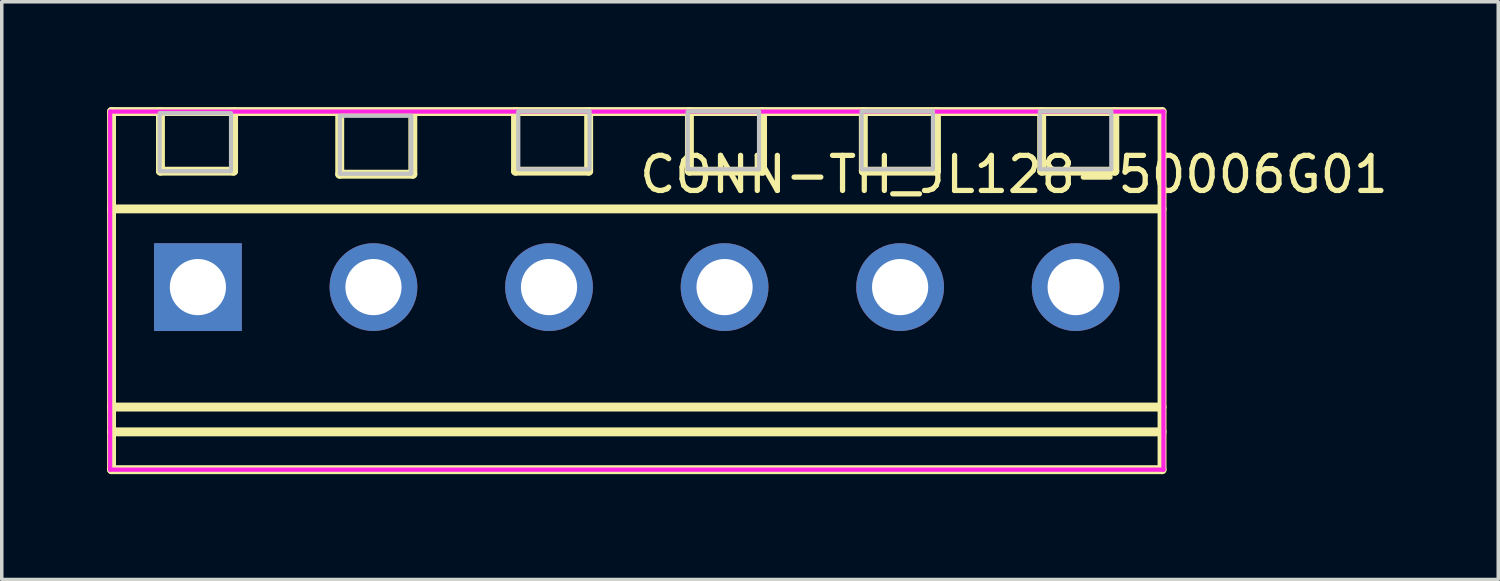
<source format=kicad_pcb>
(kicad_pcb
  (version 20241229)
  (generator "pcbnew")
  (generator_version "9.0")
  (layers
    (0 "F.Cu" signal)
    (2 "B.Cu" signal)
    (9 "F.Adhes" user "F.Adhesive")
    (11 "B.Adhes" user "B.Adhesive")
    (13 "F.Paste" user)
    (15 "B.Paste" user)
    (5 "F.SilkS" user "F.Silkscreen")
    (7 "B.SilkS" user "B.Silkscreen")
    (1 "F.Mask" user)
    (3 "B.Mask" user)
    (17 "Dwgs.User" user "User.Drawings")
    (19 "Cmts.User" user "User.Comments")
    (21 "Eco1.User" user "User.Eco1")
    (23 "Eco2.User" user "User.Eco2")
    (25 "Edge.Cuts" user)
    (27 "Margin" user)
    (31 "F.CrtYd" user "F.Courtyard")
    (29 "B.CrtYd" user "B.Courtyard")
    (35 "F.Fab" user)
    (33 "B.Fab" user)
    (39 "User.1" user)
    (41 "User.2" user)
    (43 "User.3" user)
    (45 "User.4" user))
  (footprint "CONN-TH_JL128-50006G01"
    (layer "F.Cu")
    (at 15.087 5.127)
    (property "Reference" "CONN-TH_JL128-50006G01" (at 0 -3.207 0) (layer "F.SilkS") (effects (font (size 1 1) (thickness 0.15)) (justify left)))
    (attr through_hole)
    (fp_line (start -14.96 -5) (end -14.96 5.2) (stroke (width 0.254) (type solid)) (layer "F.SilkS"))
    (fp_line (start -14.96 -5) (end 14.96 -5) (stroke (width 0.254) (type solid)) (layer "F.SilkS"))
    (fp_line (start -14.96 -2.227) (end 14.96 -2.227) (stroke (width 0.254) (type solid)) (layer "F.SilkS"))
    (fp_line (start -14.96 3.417) (end 14.96 3.417) (stroke (width 0.254) (type solid)) (layer "F.SilkS"))
    (fp_line (start -14.96 4.123) (end 14.96 4.123) (stroke (width 0.254) (type solid)) (layer "F.SilkS"))
    (fp_line (start -14.96 5.2) (end 14.96 5.2) (stroke (width 0.254) (type solid)) (layer "F.SilkS"))
    (fp_line (start -13.567 -5) (end -13.567 -3.302) (stroke (width 0.254) (type solid)) (layer "F.SilkS"))
    (fp_line (start -13.567 -3.302) (end -11.484 -3.302) (stroke (width 0.254) (type solid)) (layer "F.SilkS"))
    (fp_line (start -11.484 -3.302) (end -11.484 -5) (stroke (width 0.254) (type solid)) (layer "F.SilkS"))
    (fp_line (start -8.461 -4.913) (end -8.461 -3.215) (stroke (width 0.254) (type solid)) (layer "F.SilkS"))
    (fp_line (start -8.461 -3.215) (end -6.379 -3.215) (stroke (width 0.254) (type solid)) (layer "F.SilkS"))
    (fp_line (start -6.379 -3.215) (end -6.379 -4.913) (stroke (width 0.254) (type solid)) (layer "F.SilkS"))
    (fp_line (start -3.454 -5) (end -3.454 -3.302) (stroke (width 0.254) (type solid)) (layer "F.SilkS"))
    (fp_line (start -3.454 -3.302) (end -1.371 -3.302) (stroke (width 0.254) (type solid)) (layer "F.SilkS"))
    (fp_line (start -1.371 -3.302) (end -1.371 -5) (stroke (width 0.254) (type solid)) (layer "F.SilkS"))
    (fp_line (start 1.499 -5) (end 1.499 -3.302) (stroke (width 0.254) (type solid)) (layer "F.SilkS"))
    (fp_line (start 1.499 -3.302) (end 3.582 -3.302) (stroke (width 0.254) (type solid)) (layer "F.SilkS"))
    (fp_line (start 3.582 -3.302) (end 3.582 -5) (stroke (width 0.254) (type solid)) (layer "F.SilkS"))
    (fp_line (start 6.452 -5) (end 6.452 -3.302) (stroke (width 0.254) (type solid)) (layer "F.SilkS"))
    (fp_line (start 6.452 -3.302) (end 8.535 -3.302) (stroke (width 0.254) (type solid)) (layer "F.SilkS"))
    (fp_line (start 8.535 -3.302) (end 8.535 -5) (stroke (width 0.254) (type solid)) (layer "F.SilkS"))
    (fp_line (start 11.532 -5) (end 11.532 -3.302) (stroke (width 0.254) (type solid)) (layer "F.SilkS"))
    (fp_line (start 11.532 -3.302) (end 13.615 -3.302) (stroke (width 0.254) (type solid)) (layer "F.SilkS"))
    (fp_line (start 13.615 -3.302) (end 13.615 -5) (stroke (width 0.254) (type solid)) (layer "F.SilkS"))
    (fp_line (start 14.96 -5) (end 14.96 5.2) (stroke (width 0.254) (type solid)) (layer "F.SilkS"))
    (fp_poly (pts (xy -13.589 -4.953) (xy -13.589 -3.302) (xy -11.557 -3.302) (xy -11.557 -4.953)) (stroke (width 0.12) (type solid)) (fill no) (layer "Dwgs.User"))
    (fp_poly (pts (xy -8.456 -4.879) (xy -8.456 -3.228) (xy -6.424 -3.228) (xy -6.424 -4.879)) (stroke (width 0.12) (type solid)) (fill no) (layer "Dwgs.User"))
    (fp_poly (pts (xy -3.376 -5.006) (xy -3.376 -3.355) (xy -1.344 -3.355) (xy -1.344 -5.006)) (stroke (width 0.12) (type solid)) (fill no) (layer "Dwgs.User"))
    (fp_poly (pts (xy 1.45 -5.006) (xy 1.45 -3.355) (xy 3.482 -3.355) (xy 3.482 -5.006)) (stroke (width 0.12) (type solid)) (fill no) (layer "Dwgs.User"))
    (fp_poly (pts (xy 6.403 -5.006) (xy 6.403 -3.355) (xy 8.435 -3.355) (xy 8.435 -5.006)) (stroke (width 0.12) (type solid)) (fill no) (layer "Dwgs.User"))
    (fp_poly (pts (xy 11.483 -5.006) (xy 11.483 -3.355) (xy 13.515 -3.355) (xy 13.515 -5.006)) (stroke (width 0.12) (type solid)) (fill no) (layer "Dwgs.User"))
    (fp_circle (center -15 5.2) (end -14.97 5.2) (stroke (width 0.06) (type solid)) (fill no) (layer "Eco2.User"))
    (fp_poly (pts (xy -12.9 -0.4) (xy -12.1 -0.4) (xy -12.1 0.4) (xy -12.9 0.4)) (stroke (width 0.12) (type solid)) (fill no) (layer "Eco2.User"))
    (fp_poly (pts (xy -7.9 -0.4) (xy -7.1 -0.4) (xy -7.1 0.4) (xy -7.9 0.4)) (stroke (width 0.12) (type solid)) (fill no) (layer "Eco2.User"))
    (fp_poly (pts (xy -2.9 -0.4) (xy -2.1 -0.4) (xy -2.1 0.4) (xy -2.9 0.4)) (stroke (width 0.12) (type solid)) (fill no) (layer "Eco2.User"))
    (fp_poly (pts (xy 2.1 -0.4) (xy 2.9 -0.4) (xy 2.9 0.4) (xy 2.1 0.4)) (stroke (width 0.12) (type solid)) (fill no) (layer "Eco2.User"))
    (fp_poly (pts (xy 7.1 -0.4) (xy 7.9 -0.4) (xy 7.9 0.4) (xy 7.1 0.4)) (stroke (width 0.12) (type solid)) (fill no) (layer "Eco2.User"))
    (fp_poly (pts (xy 12.1 -0.4) (xy 12.9 -0.4) (xy 12.9 0.4) (xy 12.1 0.4)) (stroke (width 0.12) (type solid)) (fill no) (layer "Eco2.User"))
    (fp_line (start -15 -5) (end 15 -5) (stroke (width 0.12) (type solid)) (layer "F.CrtYd"))
    (fp_line (start -15 5.2) (end -15 -5) (stroke (width 0.12) (type solid)) (layer "F.CrtYd"))
    (fp_line (start 15 -5) (end 15 5.2) (stroke (width 0.12) (type solid)) (layer "F.CrtYd"))
    (fp_line (start 15 5.2) (end -15 5.2) (stroke (width 0.12) (type solid)) (layer "F.CrtYd"))
    (pad "1" thru_hole rect (at -12.5 0) (size 2.5 2.5) (drill 1.6) (layers "*.Cu" "*.Mask"))
    (pad "2" thru_hole circle (at -7.5 0) (size 2.5 2.5) (drill 1.6) (layers "*.Cu" "*.Mask"))
    (pad "3" thru_hole circle (at -2.5 0) (size 2.5 2.5) (drill 1.6) (layers "*.Cu" "*.Mask"))
    (pad "4" thru_hole circle (at 2.5 0) (size 2.5 2.5) (drill 1.6) (layers "*.Cu" "*.Mask"))
    (pad "5" thru_hole circle (at 7.5 0) (size 2.5 2.5) (drill 1.6) (layers "*.Cu" "*.Mask"))
    (pad "6" thru_hole circle (at 12.5 0) (size 2.5 2.5) (drill 1.6) (layers "*.Cu" "*.Mask")))
  (gr_rect
    (start -3 -3)
    (end 39.623 13.454)
    (stroke (width 0.1) (type default))
    (fill no)
    (layer "Edge.Cuts")))
</source>
